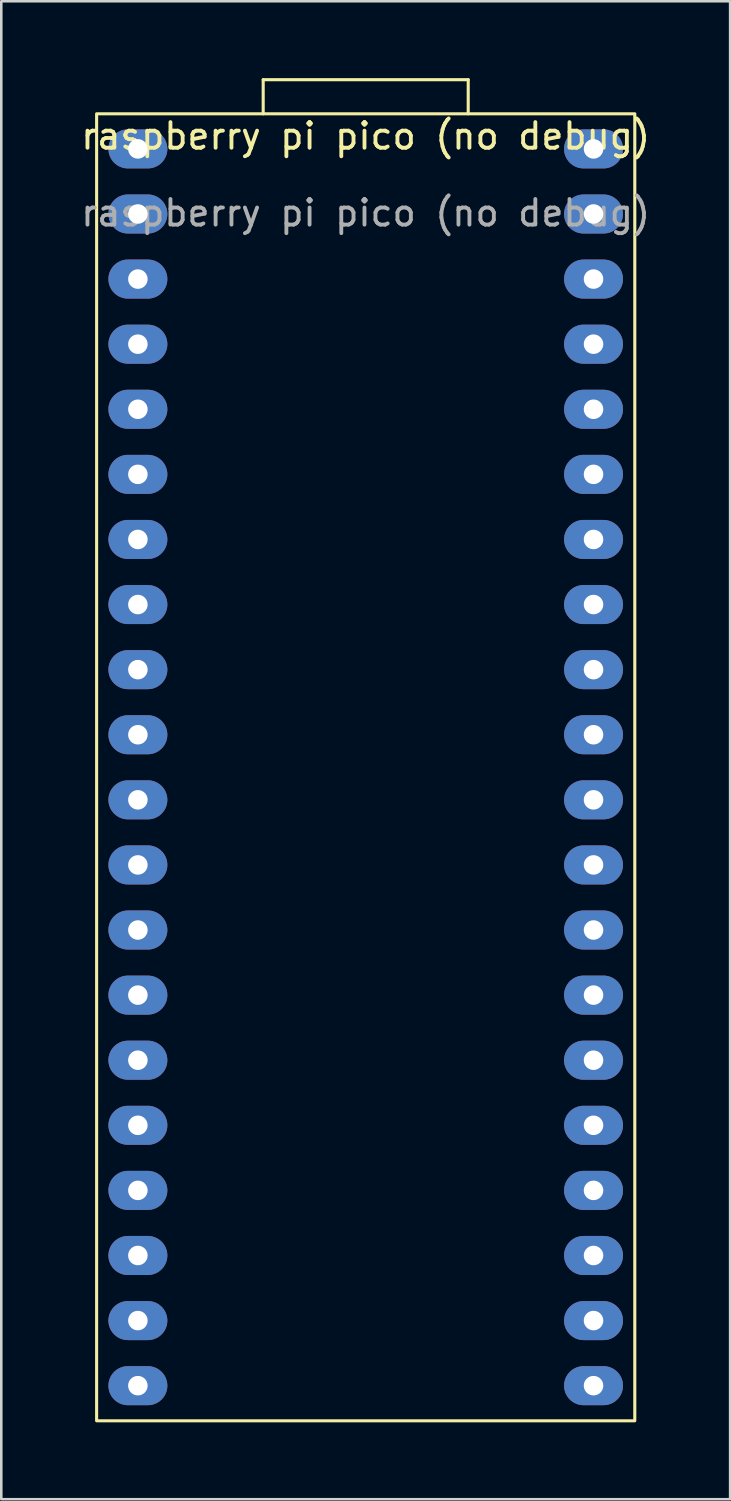
<source format=kicad_pcb>
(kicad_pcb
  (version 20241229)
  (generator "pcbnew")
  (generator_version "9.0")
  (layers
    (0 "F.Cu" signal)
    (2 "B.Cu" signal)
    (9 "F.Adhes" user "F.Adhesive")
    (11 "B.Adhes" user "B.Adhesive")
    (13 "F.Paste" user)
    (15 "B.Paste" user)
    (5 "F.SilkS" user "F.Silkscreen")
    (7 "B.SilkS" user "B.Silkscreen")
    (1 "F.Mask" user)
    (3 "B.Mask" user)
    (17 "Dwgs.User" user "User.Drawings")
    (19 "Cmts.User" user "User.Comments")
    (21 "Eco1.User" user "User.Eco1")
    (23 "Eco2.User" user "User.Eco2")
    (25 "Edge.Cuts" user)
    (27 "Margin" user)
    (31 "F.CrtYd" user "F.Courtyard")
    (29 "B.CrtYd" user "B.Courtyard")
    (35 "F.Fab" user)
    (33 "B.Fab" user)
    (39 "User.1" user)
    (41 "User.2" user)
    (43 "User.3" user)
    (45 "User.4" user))
  (footprint "raspberry pi pico (no debug)"
    (layer "F.Cu")
    (at 11.22 2.76)
    (property "Reference" "raspberry pi pico (no debug)" (at 0 -0.5 0) (unlocked yes) (layer "F.SilkS") (effects (font (size 1 1) (thickness 0.15))))
    (attr through_hole)
    (fp_line (start -4 -2.7) (end 4 -2.7) (stroke (width 0.12) (type solid)) (layer "F.SilkS"))
    (fp_line (start -4 -1.37) (end -4 -2.7) (stroke (width 0.12) (type solid)) (layer "F.SilkS"))
    (fp_line (start 4 -2.7) (end 4 -1.37) (stroke (width 0.12) (type solid)) (layer "F.SilkS"))
    (fp_rect (start -10.5 -1.37) (end 10.5 49.63) (stroke (width 0.12) (type solid)) (fill no) (layer "F.SilkS"))
    (fp_text user "${REFERENCE}" (at 0 2.5 0) (unlocked yes) (layer "F.Fab") (effects (font (size 1 1) (thickness 0.15))))
    (pad "1" thru_hole oval (at -8.89 0) (size 2.3 1.524) (drill 0.762) (layers "*.Cu" "*.Mask"))
    (pad "2" thru_hole oval (at -8.89 2.54) (size 2.3 1.524) (drill 0.762) (layers "*.Cu" "*.Mask"))
    (pad "3" thru_hole oval (at -8.89 5.08) (size 2.3 1.524) (drill 0.762) (layers "*.Cu" "*.Mask"))
    (pad "4" thru_hole oval (at -8.89 7.62) (size 2.3 1.524) (drill 0.762) (layers "*.Cu" "*.Mask"))
    (pad "5" thru_hole oval (at -8.89 10.16) (size 2.3 1.524) (drill 0.762) (layers "*.Cu" "*.Mask"))
    (pad "6" thru_hole oval (at -8.89 12.7) (size 2.3 1.524) (drill 0.762) (layers "*.Cu" "*.Mask"))
    (pad "7" thru_hole oval (at -8.89 15.24) (size 2.3 1.524) (drill 0.762) (layers "*.Cu" "*.Mask"))
    (pad "8" thru_hole oval (at -8.89 17.78) (size 2.3 1.524) (drill 0.762) (layers "*.Cu" "*.Mask"))
    (pad "9" thru_hole oval (at -8.89 20.32) (size 2.3 1.524) (drill 0.762) (layers "*.Cu" "*.Mask"))
    (pad "10" thru_hole oval (at -8.89 22.86) (size 2.3 1.524) (drill 0.762) (layers "*.Cu" "*.Mask"))
    (pad "11" thru_hole oval (at -8.89 25.4) (size 2.3 1.524) (drill 0.762) (layers "*.Cu" "*.Mask"))
    (pad "12" thru_hole oval (at -8.89 27.94) (size 2.3 1.524) (drill 0.762) (layers "*.Cu" "*.Mask"))
    (pad "13" thru_hole oval (at -8.89 30.48) (size 2.3 1.524) (drill 0.762) (layers "*.Cu" "*.Mask"))
    (pad "14" thru_hole oval (at -8.89 33.02) (size 2.3 1.524) (drill 0.762) (layers "*.Cu" "*.Mask"))
    (pad "15" thru_hole oval (at -8.89 35.56) (size 2.3 1.524) (drill 0.762) (layers "*.Cu" "*.Mask"))
    (pad "16" thru_hole oval (at -8.89 38.1) (size 2.3 1.524) (drill 0.762) (layers "*.Cu" "*.Mask"))
    (pad "17" thru_hole oval (at -8.89 40.64) (size 2.3 1.524) (drill 0.762) (layers "*.Cu" "*.Mask"))
    (pad "18" thru_hole oval (at -8.89 43.18) (size 2.3 1.524) (drill 0.762) (layers "*.Cu" "*.Mask"))
    (pad "19" thru_hole oval (at -8.89 45.72) (size 2.3 1.524) (drill 0.762) (layers "*.Cu" "*.Mask"))
    (pad "20" thru_hole oval (at -8.89 48.26) (size 2.3 1.524) (drill 0.762) (layers "*.Cu" "*.Mask"))
    (pad "21" thru_hole oval (at 8.89 48.26) (size 2.3 1.524) (drill 0.762) (layers "*.Cu" "*.Mask"))
    (pad "22" thru_hole oval (at 8.89 45.72) (size 2.3 1.524) (drill 0.762) (layers "*.Cu" "*.Mask"))
    (pad "23" thru_hole oval (at 8.89 43.18) (size 2.3 1.524) (drill 0.762) (layers "*.Cu" "*.Mask"))
    (pad "24" thru_hole oval (at 8.89 40.64) (size 2.3 1.524) (drill 0.762) (layers "*.Cu" "*.Mask"))
    (pad "25" thru_hole oval (at 8.89 38.1) (size 2.3 1.524) (drill 0.762) (layers "*.Cu" "*.Mask"))
    (pad "26" thru_hole oval (at 8.89 35.56) (size 2.3 1.524) (drill 0.762) (layers "*.Cu" "*.Mask"))
    (pad "27" thru_hole oval (at 8.89 33.02) (size 2.3 1.524) (drill 0.762) (layers "*.Cu" "*.Mask"))
    (pad "28" thru_hole oval (at 8.89 30.48) (size 2.3 1.524) (drill 0.762) (layers "*.Cu" "*.Mask"))
    (pad "29" thru_hole oval (at 8.89 27.94) (size 2.3 1.524) (drill 0.762) (layers "*.Cu" "*.Mask"))
    (pad "30" thru_hole oval (at 8.89 25.4) (size 2.3 1.524) (drill 0.762) (layers "*.Cu" "*.Mask"))
    (pad "31" thru_hole oval (at 8.89 22.86) (size 2.3 1.524) (drill 0.762) (layers "*.Cu" "*.Mask"))
    (pad "32" thru_hole oval (at 8.89 20.32) (size 2.3 1.524) (drill 0.762) (layers "*.Cu" "*.Mask"))
    (pad "33" thru_hole oval (at 8.89 17.78) (size 2.3 1.524) (drill 0.762) (layers "*.Cu" "*.Mask"))
    (pad "34" thru_hole oval (at 8.89 15.24) (size 2.3 1.524) (drill 0.762) (layers "*.Cu" "*.Mask"))
    (pad "35" thru_hole oval (at 8.89 12.7) (size 2.3 1.524) (drill 0.762) (layers "*.Cu" "*.Mask"))
    (pad "36" thru_hole oval (at 8.89 10.16) (size 2.3 1.524) (drill 0.762) (layers "*.Cu" "*.Mask"))
    (pad "37" thru_hole oval (at 8.89 7.62) (size 2.3 1.524) (drill 0.762) (layers "*.Cu" "*.Mask"))
    (pad "38" thru_hole oval (at 8.89 5.08) (size 2.3 1.524) (drill 0.762) (layers "*.Cu" "*.Mask"))
    (pad "39" thru_hole oval (at 8.89 2.54) (size 2.3 1.524) (drill 0.762) (layers "*.Cu" "*.Mask"))
    (pad "40" thru_hole oval (at 8.89 0) (size 2.3 1.524) (drill 0.762) (layers "*.Cu" "*.Mask")))
  (gr_rect
    (start -3 -3)
    (end 25.44 55.45)
    (stroke (width 0.1) (type default))
    (fill no)
    (layer "Edge.Cuts")))
</source>
